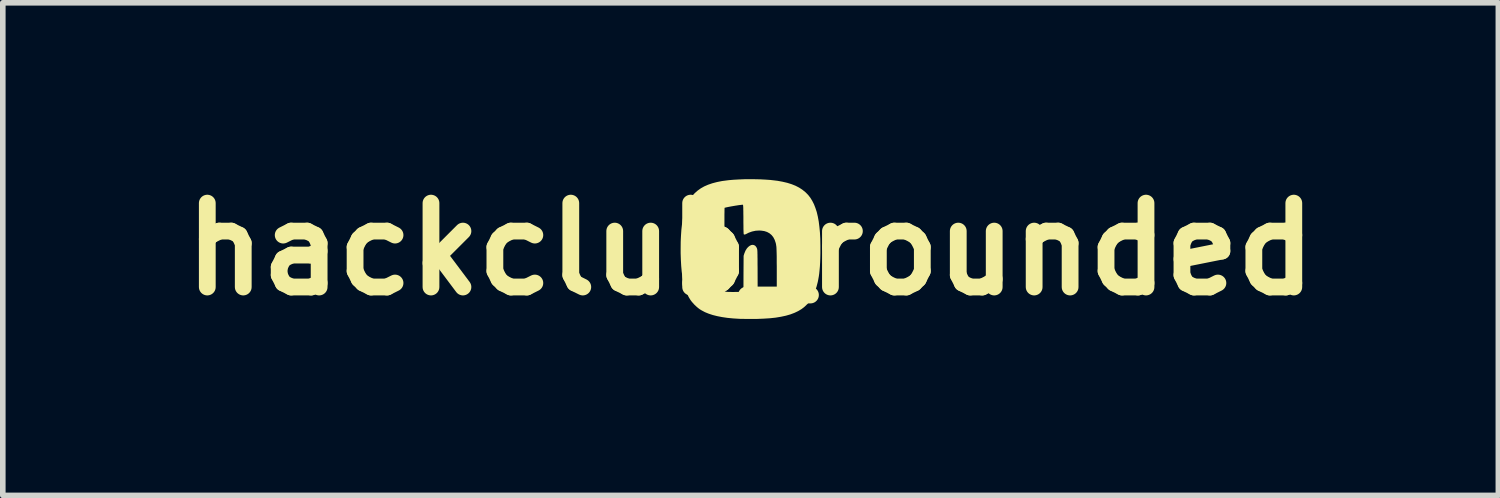
<source format=kicad_pcb>
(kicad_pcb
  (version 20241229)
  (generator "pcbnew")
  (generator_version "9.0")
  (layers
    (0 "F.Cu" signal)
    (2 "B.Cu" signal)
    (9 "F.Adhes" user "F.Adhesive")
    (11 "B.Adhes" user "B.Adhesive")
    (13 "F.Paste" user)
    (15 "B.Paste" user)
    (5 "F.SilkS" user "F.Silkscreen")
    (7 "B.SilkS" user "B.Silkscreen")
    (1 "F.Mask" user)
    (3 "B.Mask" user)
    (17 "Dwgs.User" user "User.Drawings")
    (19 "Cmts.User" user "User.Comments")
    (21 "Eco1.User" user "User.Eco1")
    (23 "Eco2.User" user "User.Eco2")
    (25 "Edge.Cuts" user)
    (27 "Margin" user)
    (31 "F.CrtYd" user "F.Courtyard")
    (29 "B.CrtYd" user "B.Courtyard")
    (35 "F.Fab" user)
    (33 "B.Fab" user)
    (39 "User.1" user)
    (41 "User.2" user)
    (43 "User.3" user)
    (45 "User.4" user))
  (footprint "hackclub_rounded"
    (layer "F.Cu")
    (at 10.371 1.404)
    (property "Reference" "hackclub_rounded" (at 0 0 0) (layer "F.SilkS") (effects (font (size 1.5 1.5) (thickness 0.3))))
    (attr board_only exclude_from_pos_files exclude_from_bom)
    (fp_poly (pts (xy 0.082 -1.249) (xy 0.178 -1.247) (xy 0.269 -1.242) (xy 0.355 -1.236) (xy 0.381 -1.233) (xy 0.482 -1.221) (xy 0.574 -1.204) (xy 0.659 -1.184) (xy 0.735 -1.16) (xy 0.805 -1.132) (xy 0.869 -1.099) (xy 0.926 -1.062) (xy 0.979 -1.019) (xy 0.988 -1.011) (xy 1.031 -0.967) (xy 1.069 -0.918) (xy 1.103 -0.863) (xy 1.134 -0.802) (xy 1.16 -0.735) (xy 1.184 -0.662) (xy 1.203 -0.581) (xy 1.219 -0.494) (xy 1.231 -0.398) (xy 1.241 -0.295) (xy 1.247 -0.184) (xy 1.249 -0.064) (xy 1.249 0.065) (xy 1.249 0.076) (xy 1.247 0.162) (xy 1.244 0.24) (xy 1.24 0.311) (xy 1.234 0.376) (xy 1.228 0.437) (xy 1.22 0.493) (xy 1.21 0.548) (xy 1.202 0.588) (xy 1.181 0.669) (xy 1.157 0.743) (xy 1.129 0.812) (xy 1.096 0.874) (xy 1.059 0.931) (xy 1.016 0.983) (xy 0.967 1.03) (xy 0.913 1.072) (xy 0.853 1.108) (xy 0.786 1.14) (xy 0.712 1.168) (xy 0.632 1.191) (xy 0.544 1.21) (xy 0.448 1.226) (xy 0.345 1.237) (xy 0.233 1.244) (xy 0.112 1.249) (xy -0.017 1.249) (xy -0.017 1.249) (xy -0.056 1.249) (xy -0.093 1.249) (xy -0.127 1.248) (xy -0.157 1.248) (xy -0.18 1.248) (xy -0.195 1.247) (xy -0.198 1.247) (xy -0.31 1.24) (xy -0.414 1.23) (xy -0.509 1.216) (xy -0.596 1.199) (xy -0.676 1.179) (xy -0.749 1.155) (xy -0.815 1.128) (xy -0.875 1.096) (xy -0.908 1.076) (xy -0.938 1.054) (xy -0.97 1.026) (xy -1.003 0.995) (xy -1.033 0.962) (xy -1.06 0.93) (xy -1.074 0.911) (xy -1.107 0.856) (xy -1.136 0.795) (xy -1.162 0.729) (xy -1.184 0.657) (xy -1.203 0.579) (xy -1.219 0.494) (xy -1.231 0.401) (xy -1.24 0.301) (xy -1.246 0.192) (xy -1.25 0.075) (xy -1.25 0) (xy -1.249 -0.123) (xy -1.247 -0.179) (xy -0.468 -0.179) (xy -0.468 -0.098) (xy -0.468 -0.015) (xy -0.468 0.01) (xy -0.466 0.75) (xy -0.449 0.758) (xy -0.443 0.761) (xy -0.436 0.763) (xy -0.426 0.764) (xy -0.412 0.765) (xy -0.393 0.766) (xy -0.368 0.766) (xy -0.336 0.767) (xy -0.295 0.767) (xy -0.254 0.766) (xy -0.22 0.766) (xy -0.195 0.765) (xy -0.175 0.764) (xy -0.161 0.763) (xy -0.151 0.761) (xy -0.145 0.759) (xy -0.143 0.759) (xy -0.127 0.751) (xy -0.126 0.435) (xy -0.124 0.12) (xy -0.111 0.078) (xy -0.091 0.029) (xy -0.066 -0.011) (xy -0.043 -0.037) (xy -0.015 -0.059) (xy 0.012 -0.072) (xy 0.039 -0.076) (xy 0.063 -0.071) (xy 0.085 -0.058) (xy 0.103 -0.036) (xy 0.116 -0.009) (xy 0.117 -0.003) (xy 0.119 0.003) (xy 0.12 0.012) (xy 0.121 0.022) (xy 0.122 0.036) (xy 0.123 0.054) (xy 0.123 0.076) (xy 0.124 0.103) (xy 0.124 0.136) (xy 0.125 0.176) (xy 0.125 0.223) (xy 0.125 0.278) (xy 0.126 0.342) (xy 0.126 0.385) (xy 0.127 0.753) (xy 0.145 0.76) (xy 0.155 0.762) (xy 0.174 0.764) (xy 0.199 0.765) (xy 0.228 0.766) (xy 0.261 0.767) (xy 0.296 0.767) (xy 0.331 0.766) (xy 0.364 0.765) (xy 0.395 0.764) (xy 0.421 0.763) (xy 0.442 0.761) (xy 0.455 0.758) (xy 0.458 0.757) (xy 0.469 0.75) (xy 0.469 0.386) (xy 0.469 0.31) (xy 0.468 0.244) (xy 0.468 0.186) (xy 0.468 0.135) (xy 0.467 0.091) (xy 0.466 0.054) (xy 0.465 0.022) (xy 0.464 -0.006) (xy 0.463 -0.029) (xy 0.461 -0.05) (xy 0.458 -0.067) (xy 0.456 -0.083) (xy 0.453 -0.098) (xy 0.449 -0.113) (xy 0.449 -0.113) (xy 0.431 -0.166) (xy 0.407 -0.212) (xy 0.376 -0.251) (xy 0.339 -0.282) (xy 0.295 -0.306) (xy 0.246 -0.322) (xy 0.19 -0.33) (xy 0.156 -0.332) (xy 0.09 -0.328) (xy 0.026 -0.314) (xy -0.035 -0.292) (xy -0.062 -0.278) (xy -0.084 -0.267) (xy -0.1 -0.261) (xy -0.111 -0.26) (xy -0.119 -0.263) (xy -0.121 -0.265) (xy -0.123 -0.271) (xy -0.124 -0.284) (xy -0.125 -0.305) (xy -0.126 -0.333) (xy -0.127 -0.371) (xy -0.127 -0.417) (xy -0.128 -0.473) (xy -0.128 -0.53) (xy -0.128 -0.587) (xy -0.129 -0.635) (xy -0.129 -0.675) (xy -0.13 -0.708) (xy -0.13 -0.734) (xy -0.131 -0.754) (xy -0.132 -0.769) (xy -0.133 -0.779) (xy -0.134 -0.786) (xy -0.135 -0.79) (xy -0.137 -0.792) (xy -0.137 -0.793) (xy -0.144 -0.793) (xy -0.159 -0.792) (xy -0.181 -0.789) (xy -0.208 -0.786) (xy -0.239 -0.781) (xy -0.272 -0.776) (xy -0.307 -0.77) (xy -0.341 -0.764) (xy -0.374 -0.758) (xy -0.404 -0.752) (xy -0.429 -0.747) (xy -0.449 -0.742) (xy -0.461 -0.739) (xy -0.465 -0.737) (xy -0.465 -0.731) (xy -0.465 -0.716) (xy -0.466 -0.693) (xy -0.466 -0.661) (xy -0.467 -0.622) (xy -0.467 -0.576) (xy -0.467 -0.523) (xy -0.467 -0.464) (xy -0.467 -0.4) (xy -0.468 -0.33) (xy -0.468 -0.257) (xy -0.468 -0.179) (xy -1.247 -0.179) (xy -1.244 -0.238) (xy -1.237 -0.344) (xy -1.226 -0.441) (xy -1.213 -0.532) (xy -1.195 -0.614) (xy -1.175 -0.69) (xy -1.151 -0.759) (xy -1.123 -0.823) (xy -1.091 -0.88) (xy -1.056 -0.933) (xy -1.017 -0.98) (xy -0.997 -1.001) (xy -0.946 -1.046) (xy -0.89 -1.086) (xy -0.828 -1.121) (xy -0.759 -1.151) (xy -0.683 -1.177) (xy -0.599 -1.199) (xy -0.508 -1.217) (xy -0.408 -1.23) (xy -0.383 -1.233) (xy -0.3 -1.24) (xy -0.209 -1.245) (xy -0.114 -1.249) (xy -0.016 -1.25)) (stroke (width 0) (type solid)) (fill yes) (layer "F.SilkS")))
  (gr_rect
    (start -3 -3)
    (end 23.743 5.808)
    (stroke (width 0.1) (type default))
    (fill no)
    (layer "Edge.Cuts")))
</source>
